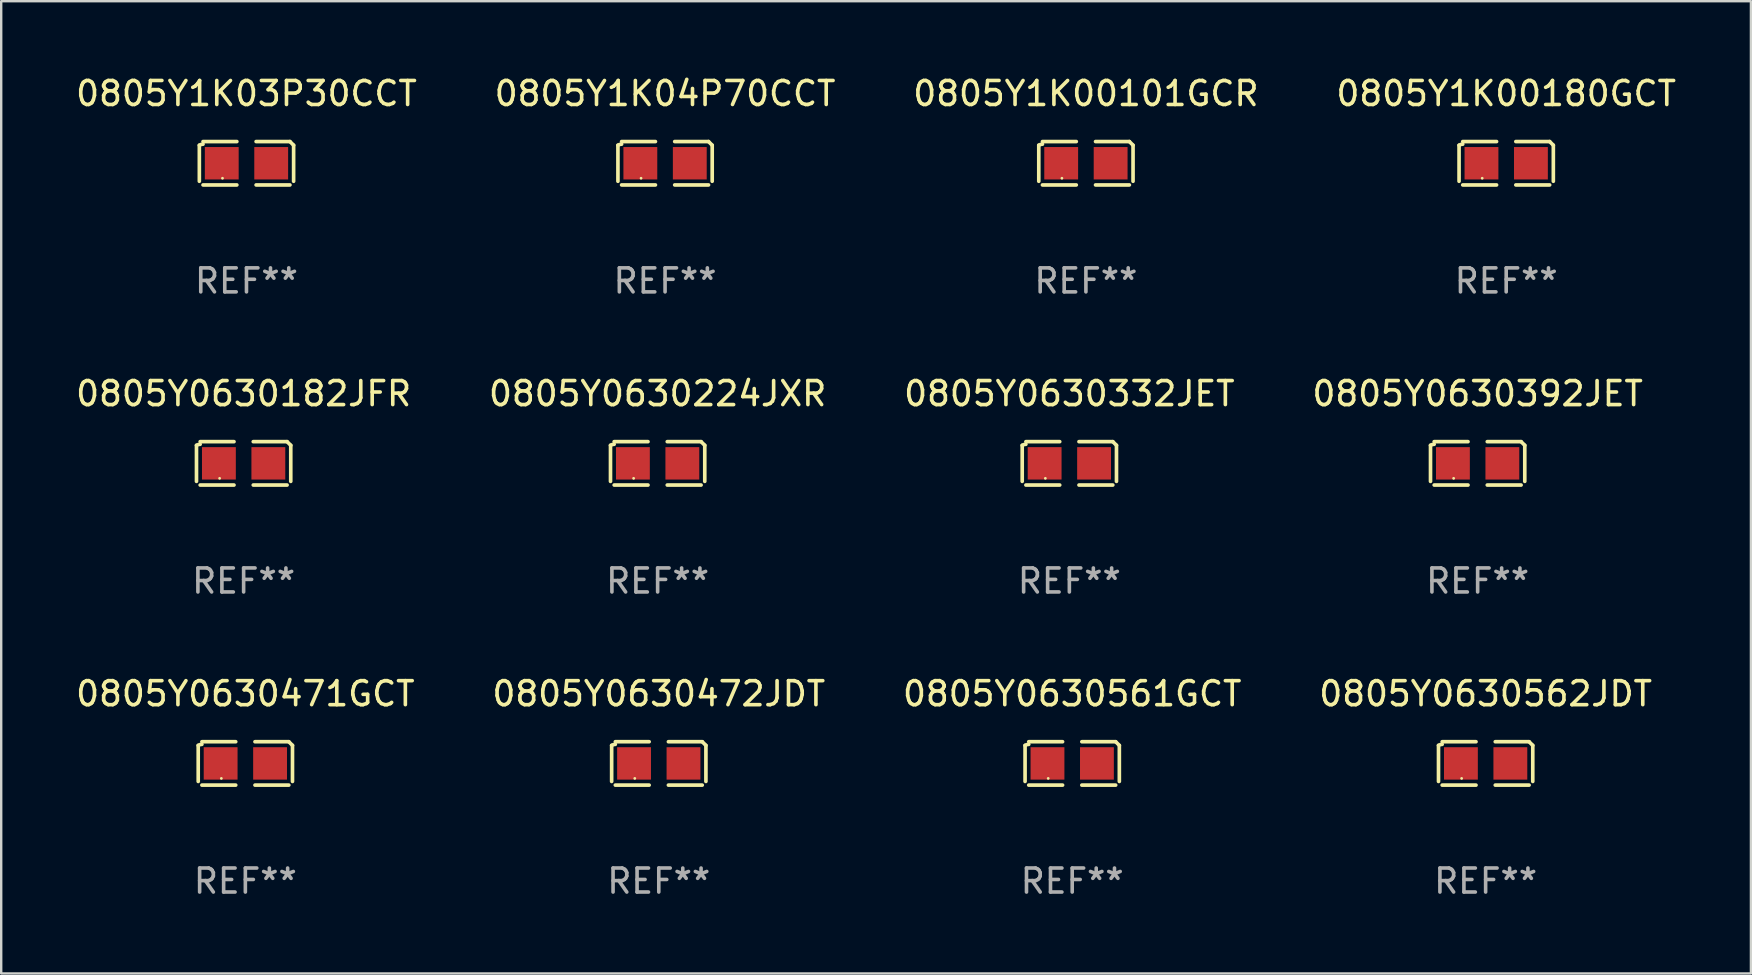
<source format=kicad_pcb>
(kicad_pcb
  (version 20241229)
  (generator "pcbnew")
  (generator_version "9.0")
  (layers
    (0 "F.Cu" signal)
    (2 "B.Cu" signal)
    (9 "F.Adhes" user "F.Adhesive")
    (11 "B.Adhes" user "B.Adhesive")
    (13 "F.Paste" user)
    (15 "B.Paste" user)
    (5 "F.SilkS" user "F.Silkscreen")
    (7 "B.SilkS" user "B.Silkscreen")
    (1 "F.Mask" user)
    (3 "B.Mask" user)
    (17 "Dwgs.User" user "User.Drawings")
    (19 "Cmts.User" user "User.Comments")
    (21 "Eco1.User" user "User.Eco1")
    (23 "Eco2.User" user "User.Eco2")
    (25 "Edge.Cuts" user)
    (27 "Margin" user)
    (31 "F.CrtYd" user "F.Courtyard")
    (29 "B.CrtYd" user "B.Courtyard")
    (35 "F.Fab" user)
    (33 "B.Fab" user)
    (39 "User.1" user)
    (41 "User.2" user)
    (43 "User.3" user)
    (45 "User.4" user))
  (footprint "0805Y1K00180GCT"
    (layer "F.Cu")
    (at 59.708 3.752)
    (property "Reference" "0805Y1K00180GCT" (at 0 -2.904 0) (layer "F.SilkS") (effects (font (size 1 1) (thickness 0.15))))
    (attr through_hole)
    (fp_line (start -1.964 0.751) (end -1.964 -0.751) (stroke (width 0.152) (type solid)) (layer "F.SilkS"))
    (fp_line (start -1.811 -0.904) (end -0.401 -0.904) (stroke (width 0.152) (type solid)) (layer "F.SilkS"))
    (fp_line (start -0.401 0.904) (end -1.811 0.904) (stroke (width 0.152) (type solid)) (layer "F.SilkS"))
    (fp_line (start 0.401 0.904) (end 1.811 0.904) (stroke (width 0.152) (type solid)) (layer "F.SilkS"))
    (fp_line (start 1.811 -0.904) (end 0.401 -0.904) (stroke (width 0.152) (type solid)) (layer "F.SilkS"))
    (fp_line (start 1.964 0.751) (end 1.964 -0.751) (stroke (width 0.152) (type solid)) (layer "F.SilkS"))
    (fp_arc (start -1.963602 -0.751207) (mid -1.890354 -0.783131) (end -1.811201 -0.794044) (stroke (width 0.1524) (type solid)) (layer "F.SilkS"))
    (fp_arc (start 1.811202 -0.903607) (mid 1.887413 -0.827418) (end 1.963602 -0.751207) (stroke (width 0.1524) (type solid)) (layer "F.SilkS"))
    (fp_circle (center -1 0.625) (end -0.97 0.625) (stroke (width 0.06) (type solid)) (fill no) (layer "F.SilkS"))
    (fp_text user "REF**" (at 0 4.904 0) (layer "F.Fab") (effects (font (size 1 1) (thickness 0.15))))
    (pad "1" smd rect (at -1.03 0) (size 1.41 1.35) (layers "F.Cu" "F.Mask" "F.Paste"))
    (pad "2" smd rect (at 1.03 0) (size 1.41 1.35) (layers "F.Cu" "F.Mask" "F.Paste")))
  (footprint "0805Y0630224JXR"
    (layer "F.Cu")
    (at 24.351 16.256)
    (property "Reference" "0805Y0630224JXR" (at 0 -2.904 0) (layer "F.SilkS") (effects (font (size 1 1) (thickness 0.15))))
    (attr through_hole)
    (fp_line (start -1.964 0.751) (end -1.964 -0.751) (stroke (width 0.152) (type solid)) (layer "F.SilkS"))
    (fp_line (start -1.811 -0.904) (end -0.401 -0.904) (stroke (width 0.152) (type solid)) (layer "F.SilkS"))
    (fp_line (start -0.401 0.904) (end -1.811 0.904) (stroke (width 0.152) (type solid)) (layer "F.SilkS"))
    (fp_line (start 0.401 0.904) (end 1.811 0.904) (stroke (width 0.152) (type solid)) (layer "F.SilkS"))
    (fp_line (start 1.811 -0.904) (end 0.401 -0.904) (stroke (width 0.152) (type solid)) (layer "F.SilkS"))
    (fp_line (start 1.964 0.751) (end 1.964 -0.751) (stroke (width 0.152) (type solid)) (layer "F.SilkS"))
    (fp_arc (start -1.963602 -0.751207) (mid -1.890354 -0.783131) (end -1.811201 -0.794044) (stroke (width 0.1524) (type solid)) (layer "F.SilkS"))
    (fp_arc (start 1.811202 -0.903607) (mid 1.887413 -0.827418) (end 1.963602 -0.751207) (stroke (width 0.1524) (type solid)) (layer "F.SilkS"))
    (fp_circle (center -1 0.625) (end -0.97 0.625) (stroke (width 0.06) (type solid)) (fill no) (layer "F.SilkS"))
    (fp_text user "REF**" (at 0 4.904 0) (layer "F.Fab") (effects (font (size 1 1) (thickness 0.15))))
    (pad "1" smd rect (at -1.03 0) (size 1.41 1.35) (layers "F.Cu" "F.Mask" "F.Paste"))
    (pad "2" smd rect (at 1.03 0) (size 1.41 1.35) (layers "F.Cu" "F.Mask" "F.Paste")))
  (footprint "0805Y1K04P70CCT"
    (layer "F.Cu")
    (at 24.661 3.752)
    (property "Reference" "0805Y1K04P70CCT" (at 0 -2.904 0) (layer "F.SilkS") (effects (font (size 1 1) (thickness 0.15))))
    (attr through_hole)
    (fp_line (start -1.964 0.751) (end -1.964 -0.751) (stroke (width 0.152) (type solid)) (layer "F.SilkS"))
    (fp_line (start -1.811 -0.904) (end -0.401 -0.904) (stroke (width 0.152) (type solid)) (layer "F.SilkS"))
    (fp_line (start -0.401 0.904) (end -1.811 0.904) (stroke (width 0.152) (type solid)) (layer "F.SilkS"))
    (fp_line (start 0.401 0.904) (end 1.811 0.904) (stroke (width 0.152) (type solid)) (layer "F.SilkS"))
    (fp_line (start 1.811 -0.904) (end 0.401 -0.904) (stroke (width 0.152) (type solid)) (layer "F.SilkS"))
    (fp_line (start 1.964 0.751) (end 1.964 -0.751) (stroke (width 0.152) (type solid)) (layer "F.SilkS"))
    (fp_arc (start -1.963602 -0.751207) (mid -1.890354 -0.783131) (end -1.811201 -0.794044) (stroke (width 0.1524) (type solid)) (layer "F.SilkS"))
    (fp_arc (start 1.811202 -0.903607) (mid 1.887413 -0.827418) (end 1.963602 -0.751207) (stroke (width 0.1524) (type solid)) (layer "F.SilkS"))
    (fp_circle (center -1 0.625) (end -0.97 0.625) (stroke (width 0.06) (type solid)) (fill no) (layer "F.SilkS"))
    (fp_text user "REF**" (at 0 4.904 0) (layer "F.Fab") (effects (font (size 1 1) (thickness 0.15))))
    (pad "1" smd rect (at -1.03 0) (size 1.41 1.35) (layers "F.Cu" "F.Mask" "F.Paste"))
    (pad "2" smd rect (at 1.03 0) (size 1.41 1.35) (layers "F.Cu" "F.Mask" "F.Paste")))
  (footprint "0805Y1K03P30CCT"
    (layer "F.Cu")
    (at 7.22 3.752)
    (property "Reference" "0805Y1K03P30CCT" (at 0 -2.904 0) (layer "F.SilkS") (effects (font (size 1 1) (thickness 0.15))))
    (attr through_hole)
    (fp_line (start -1.964 0.751) (end -1.964 -0.751) (stroke (width 0.152) (type solid)) (layer "F.SilkS"))
    (fp_line (start -1.811 -0.904) (end -0.401 -0.904) (stroke (width 0.152) (type solid)) (layer "F.SilkS"))
    (fp_line (start -0.401 0.904) (end -1.811 0.904) (stroke (width 0.152) (type solid)) (layer "F.SilkS"))
    (fp_line (start 0.401 0.904) (end 1.811 0.904) (stroke (width 0.152) (type solid)) (layer "F.SilkS"))
    (fp_line (start 1.811 -0.904) (end 0.401 -0.904) (stroke (width 0.152) (type solid)) (layer "F.SilkS"))
    (fp_line (start 1.964 0.751) (end 1.964 -0.751) (stroke (width 0.152) (type solid)) (layer "F.SilkS"))
    (fp_arc (start -1.963602 -0.751207) (mid -1.890354 -0.783131) (end -1.811201 -0.794044) (stroke (width 0.1524) (type solid)) (layer "F.SilkS"))
    (fp_arc (start 1.811202 -0.903607) (mid 1.887413 -0.827418) (end 1.963602 -0.751207) (stroke (width 0.1524) (type solid)) (layer "F.SilkS"))
    (fp_circle (center -1 0.625) (end -0.97 0.625) (stroke (width 0.06) (type solid)) (fill no) (layer "F.SilkS"))
    (fp_text user "REF**" (at 0 4.904 0) (layer "F.Fab") (effects (font (size 1 1) (thickness 0.15))))
    (pad "1" smd rect (at -1.03 0) (size 1.41 1.35) (layers "F.Cu" "F.Mask" "F.Paste"))
    (pad "2" smd rect (at 1.03 0) (size 1.41 1.35) (layers "F.Cu" "F.Mask" "F.Paste")))
  (footprint "0805Y0630392JET"
    (layer "F.Cu")
    (at 58.518 16.256)
    (property "Reference" "0805Y0630392JET" (at 0 -2.904 0) (layer "F.SilkS") (effects (font (size 1 1) (thickness 0.15))))
    (attr through_hole)
    (fp_line (start -1.964 0.751) (end -1.964 -0.751) (stroke (width 0.152) (type solid)) (layer "F.SilkS"))
    (fp_line (start -1.811 -0.904) (end -0.401 -0.904) (stroke (width 0.152) (type solid)) (layer "F.SilkS"))
    (fp_line (start -0.401 0.904) (end -1.811 0.904) (stroke (width 0.152) (type solid)) (layer "F.SilkS"))
    (fp_line (start 0.401 0.904) (end 1.811 0.904) (stroke (width 0.152) (type solid)) (layer "F.SilkS"))
    (fp_line (start 1.811 -0.904) (end 0.401 -0.904) (stroke (width 0.152) (type solid)) (layer "F.SilkS"))
    (fp_line (start 1.964 0.751) (end 1.964 -0.751) (stroke (width 0.152) (type solid)) (layer "F.SilkS"))
    (fp_arc (start -1.963602 -0.751207) (mid -1.890354 -0.783131) (end -1.811201 -0.794044) (stroke (width 0.1524) (type solid)) (layer "F.SilkS"))
    (fp_arc (start 1.811202 -0.903607) (mid 1.887413 -0.827418) (end 1.963602 -0.751207) (stroke (width 0.1524) (type solid)) (layer "F.SilkS"))
    (fp_circle (center -1 0.625) (end -0.97 0.625) (stroke (width 0.06) (type solid)) (fill no) (layer "F.SilkS"))
    (fp_text user "REF**" (at 0 4.904 0) (layer "F.Fab") (effects (font (size 1 1) (thickness 0.15))))
    (pad "1" smd rect (at -1.03 0) (size 1.41 1.35) (layers "F.Cu" "F.Mask" "F.Paste"))
    (pad "2" smd rect (at 1.03 0) (size 1.41 1.35) (layers "F.Cu" "F.Mask" "F.Paste")))
  (footprint "0805Y0630562JDT"
    (layer "F.Cu")
    (at 58.851 28.759)
    (property "Reference" "0805Y0630562JDT" (at 0 -2.904 0) (layer "F.SilkS") (effects (font (size 1 1) (thickness 0.15))))
    (attr through_hole)
    (fp_line (start -1.964 0.751) (end -1.964 -0.751) (stroke (width 0.152) (type solid)) (layer "F.SilkS"))
    (fp_line (start -1.811 -0.904) (end -0.401 -0.904) (stroke (width 0.152) (type solid)) (layer "F.SilkS"))
    (fp_line (start -0.401 0.904) (end -1.811 0.904) (stroke (width 0.152) (type solid)) (layer "F.SilkS"))
    (fp_line (start 0.401 0.904) (end 1.811 0.904) (stroke (width 0.152) (type solid)) (layer "F.SilkS"))
    (fp_line (start 1.811 -0.904) (end 0.401 -0.904) (stroke (width 0.152) (type solid)) (layer "F.SilkS"))
    (fp_line (start 1.964 0.751) (end 1.964 -0.751) (stroke (width 0.152) (type solid)) (layer "F.SilkS"))
    (fp_arc (start -1.963602 -0.751207) (mid -1.890354 -0.783131) (end -1.811201 -0.794044) (stroke (width 0.1524) (type solid)) (layer "F.SilkS"))
    (fp_arc (start 1.811202 -0.903607) (mid 1.887413 -0.827418) (end 1.963602 -0.751207) (stroke (width 0.1524) (type solid)) (layer "F.SilkS"))
    (fp_circle (center -1 0.625) (end -0.97 0.625) (stroke (width 0.06) (type solid)) (fill no) (layer "F.SilkS"))
    (fp_text user "REF**" (at 0 4.904 0) (layer "F.Fab") (effects (font (size 1 1) (thickness 0.15))))
    (pad "1" smd rect (at -1.03 0) (size 1.41 1.35) (layers "F.Cu" "F.Mask" "F.Paste"))
    (pad "2" smd rect (at 1.03 0) (size 1.41 1.35) (layers "F.Cu" "F.Mask" "F.Paste")))
  (footprint "0805Y0630182JFR"
    (layer "F.Cu")
    (at 7.101 16.256)
    (property "Reference" "0805Y0630182JFR" (at 0 -2.904 0) (layer "F.SilkS") (effects (font (size 1 1) (thickness 0.15))))
    (attr through_hole)
    (fp_line (start -1.964 0.751) (end -1.964 -0.751) (stroke (width 0.152) (type solid)) (layer "F.SilkS"))
    (fp_line (start -1.811 -0.904) (end -0.401 -0.904) (stroke (width 0.152) (type solid)) (layer "F.SilkS"))
    (fp_line (start -0.401 0.904) (end -1.811 0.904) (stroke (width 0.152) (type solid)) (layer "F.SilkS"))
    (fp_line (start 0.401 0.904) (end 1.811 0.904) (stroke (width 0.152) (type solid)) (layer "F.SilkS"))
    (fp_line (start 1.811 -0.904) (end 0.401 -0.904) (stroke (width 0.152) (type solid)) (layer "F.SilkS"))
    (fp_line (start 1.964 0.751) (end 1.964 -0.751) (stroke (width 0.152) (type solid)) (layer "F.SilkS"))
    (fp_arc (start -1.963602 -0.751207) (mid -1.890354 -0.783131) (end -1.811201 -0.794044) (stroke (width 0.1524) (type solid)) (layer "F.SilkS"))
    (fp_arc (start 1.811202 -0.903607) (mid 1.887413 -0.827418) (end 1.963602 -0.751207) (stroke (width 0.1524) (type solid)) (layer "F.SilkS"))
    (fp_circle (center -1 0.625) (end -0.97 0.625) (stroke (width 0.06) (type solid)) (fill no) (layer "F.SilkS"))
    (fp_text user "REF**" (at 0 4.904 0) (layer "F.Fab") (effects (font (size 1 1) (thickness 0.15))))
    (pad "1" smd rect (at -1.03 0) (size 1.41 1.35) (layers "F.Cu" "F.Mask" "F.Paste"))
    (pad "2" smd rect (at 1.03 0) (size 1.41 1.35) (layers "F.Cu" "F.Mask" "F.Paste")))
  (footprint "0805Y0630332JET"
    (layer "F.Cu")
    (at 41.506 16.256)
    (property "Reference" "0805Y0630332JET" (at 0 -2.904 0) (layer "F.SilkS") (effects (font (size 1 1) (thickness 0.15))))
    (attr through_hole)
    (fp_line (start -1.964 0.751) (end -1.964 -0.751) (stroke (width 0.152) (type solid)) (layer "F.SilkS"))
    (fp_line (start -1.811 -0.904) (end -0.401 -0.904) (stroke (width 0.152) (type solid)) (layer "F.SilkS"))
    (fp_line (start -0.401 0.904) (end -1.811 0.904) (stroke (width 0.152) (type solid)) (layer "F.SilkS"))
    (fp_line (start 0.401 0.904) (end 1.811 0.904) (stroke (width 0.152) (type solid)) (layer "F.SilkS"))
    (fp_line (start 1.811 -0.904) (end 0.401 -0.904) (stroke (width 0.152) (type solid)) (layer "F.SilkS"))
    (fp_line (start 1.964 0.751) (end 1.964 -0.751) (stroke (width 0.152) (type solid)) (layer "F.SilkS"))
    (fp_arc (start -1.963602 -0.751207) (mid -1.890354 -0.783131) (end -1.811201 -0.794044) (stroke (width 0.1524) (type solid)) (layer "F.SilkS"))
    (fp_arc (start 1.811202 -0.903607) (mid 1.887413 -0.827418) (end 1.963602 -0.751207) (stroke (width 0.1524) (type solid)) (layer "F.SilkS"))
    (fp_circle (center -1 0.625) (end -0.97 0.625) (stroke (width 0.06) (type solid)) (fill no) (layer "F.SilkS"))
    (fp_text user "REF**" (at 0 4.904 0) (layer "F.Fab") (effects (font (size 1 1) (thickness 0.15))))
    (pad "1" smd rect (at -1.03 0) (size 1.41 1.35) (layers "F.Cu" "F.Mask" "F.Paste"))
    (pad "2" smd rect (at 1.03 0) (size 1.41 1.35) (layers "F.Cu" "F.Mask" "F.Paste")))
  (footprint "0805Y0630471GCT"
    (layer "F.Cu")
    (at 7.173 28.759)
    (property "Reference" "0805Y0630471GCT" (at 0 -2.904 0) (layer "F.SilkS") (effects (font (size 1 1) (thickness 0.15))))
    (attr through_hole)
    (fp_line (start -1.964 0.751) (end -1.964 -0.751) (stroke (width 0.152) (type solid)) (layer "F.SilkS"))
    (fp_line (start -1.811 -0.904) (end -0.401 -0.904) (stroke (width 0.152) (type solid)) (layer "F.SilkS"))
    (fp_line (start -0.401 0.904) (end -1.811 0.904) (stroke (width 0.152) (type solid)) (layer "F.SilkS"))
    (fp_line (start 0.401 0.904) (end 1.811 0.904) (stroke (width 0.152) (type solid)) (layer "F.SilkS"))
    (fp_line (start 1.811 -0.904) (end 0.401 -0.904) (stroke (width 0.152) (type solid)) (layer "F.SilkS"))
    (fp_line (start 1.964 0.751) (end 1.964 -0.751) (stroke (width 0.152) (type solid)) (layer "F.SilkS"))
    (fp_arc (start -1.963602 -0.751207) (mid -1.890354 -0.783131) (end -1.811201 -0.794044) (stroke (width 0.1524) (type solid)) (layer "F.SilkS"))
    (fp_arc (start 1.811202 -0.903607) (mid 1.887413 -0.827418) (end 1.963602 -0.751207) (stroke (width 0.1524) (type solid)) (layer "F.SilkS"))
    (fp_circle (center -1 0.625) (end -0.97 0.625) (stroke (width 0.06) (type solid)) (fill no) (layer "F.SilkS"))
    (fp_text user "REF**" (at 0 4.904 0) (layer "F.Fab") (effects (font (size 1 1) (thickness 0.15))))
    (pad "1" smd rect (at -1.03 0) (size 1.41 1.35) (layers "F.Cu" "F.Mask" "F.Paste"))
    (pad "2" smd rect (at 1.03 0) (size 1.41 1.35) (layers "F.Cu" "F.Mask" "F.Paste")))
  (footprint "0805Y1K00101GCR"
    (layer "F.Cu")
    (at 42.196 3.752)
    (property "Reference" "0805Y1K00101GCR" (at 0 -2.904 0) (layer "F.SilkS") (effects (font (size 1 1) (thickness 0.15))))
    (attr through_hole)
    (fp_line (start -1.964 0.751) (end -1.964 -0.751) (stroke (width 0.152) (type solid)) (layer "F.SilkS"))
    (fp_line (start -1.811 -0.904) (end -0.401 -0.904) (stroke (width 0.152) (type solid)) (layer "F.SilkS"))
    (fp_line (start -0.401 0.904) (end -1.811 0.904) (stroke (width 0.152) (type solid)) (layer "F.SilkS"))
    (fp_line (start 0.401 0.904) (end 1.811 0.904) (stroke (width 0.152) (type solid)) (layer "F.SilkS"))
    (fp_line (start 1.811 -0.904) (end 0.401 -0.904) (stroke (width 0.152) (type solid)) (layer "F.SilkS"))
    (fp_line (start 1.964 0.751) (end 1.964 -0.751) (stroke (width 0.152) (type solid)) (layer "F.SilkS"))
    (fp_arc (start -1.963602 -0.751207) (mid -1.890354 -0.783131) (end -1.811201 -0.794044) (stroke (width 0.1524) (type solid)) (layer "F.SilkS"))
    (fp_arc (start 1.811202 -0.903607) (mid 1.887413 -0.827418) (end 1.963602 -0.751207) (stroke (width 0.1524) (type solid)) (layer "F.SilkS"))
    (fp_circle (center -1 0.625) (end -0.97 0.625) (stroke (width 0.06) (type solid)) (fill no) (layer "F.SilkS"))
    (fp_text user "REF**" (at 0 4.904 0) (layer "F.Fab") (effects (font (size 1 1) (thickness 0.15))))
    (pad "1" smd rect (at -1.03 0) (size 1.41 1.35) (layers "F.Cu" "F.Mask" "F.Paste"))
    (pad "2" smd rect (at 1.03 0) (size 1.41 1.35) (layers "F.Cu" "F.Mask" "F.Paste")))
  (footprint "0805Y0630472JDT"
    (layer "F.Cu")
    (at 24.399 28.759)
    (property "Reference" "0805Y0630472JDT" (at 0 -2.904 0) (layer "F.SilkS") (effects (font (size 1 1) (thickness 0.15))))
    (attr through_hole)
    (fp_line (start -1.964 0.751) (end -1.964 -0.751) (stroke (width 0.152) (type solid)) (layer "F.SilkS"))
    (fp_line (start -1.811 -0.904) (end -0.401 -0.904) (stroke (width 0.152) (type solid)) (layer "F.SilkS"))
    (fp_line (start -0.401 0.904) (end -1.811 0.904) (stroke (width 0.152) (type solid)) (layer "F.SilkS"))
    (fp_line (start 0.401 0.904) (end 1.811 0.904) (stroke (width 0.152) (type solid)) (layer "F.SilkS"))
    (fp_line (start 1.811 -0.904) (end 0.401 -0.904) (stroke (width 0.152) (type solid)) (layer "F.SilkS"))
    (fp_line (start 1.964 0.751) (end 1.964 -0.751) (stroke (width 0.152) (type solid)) (layer "F.SilkS"))
    (fp_arc (start -1.963602 -0.751207) (mid -1.890354 -0.783131) (end -1.811201 -0.794044) (stroke (width 0.1524) (type solid)) (layer "F.SilkS"))
    (fp_arc (start 1.811202 -0.903607) (mid 1.887413 -0.827418) (end 1.963602 -0.751207) (stroke (width 0.1524) (type solid)) (layer "F.SilkS"))
    (fp_circle (center -1 0.625) (end -0.97 0.625) (stroke (width 0.06) (type solid)) (fill no) (layer "F.SilkS"))
    (fp_text user "REF**" (at 0 4.904 0) (layer "F.Fab") (effects (font (size 1 1) (thickness 0.15))))
    (pad "1" smd rect (at -1.03 0) (size 1.41 1.35) (layers "F.Cu" "F.Mask" "F.Paste"))
    (pad "2" smd rect (at 1.03 0) (size 1.41 1.35) (layers "F.Cu" "F.Mask" "F.Paste")))
  (footprint "0805Y0630561GCT"
    (layer "F.Cu")
    (at 41.625 28.759)
    (property "Reference" "0805Y0630561GCT" (at 0 -2.904 0) (layer "F.SilkS") (effects (font (size 1 1) (thickness 0.15))))
    (attr through_hole)
    (fp_line (start -1.964 0.751) (end -1.964 -0.751) (stroke (width 0.152) (type solid)) (layer "F.SilkS"))
    (fp_line (start -1.811 -0.904) (end -0.401 -0.904) (stroke (width 0.152) (type solid)) (layer "F.SilkS"))
    (fp_line (start -0.401 0.904) (end -1.811 0.904) (stroke (width 0.152) (type solid)) (layer "F.SilkS"))
    (fp_line (start 0.401 0.904) (end 1.811 0.904) (stroke (width 0.152) (type solid)) (layer "F.SilkS"))
    (fp_line (start 1.811 -0.904) (end 0.401 -0.904) (stroke (width 0.152) (type solid)) (layer "F.SilkS"))
    (fp_line (start 1.964 0.751) (end 1.964 -0.751) (stroke (width 0.152) (type solid)) (layer "F.SilkS"))
    (fp_arc (start -1.963602 -0.751207) (mid -1.890354 -0.783131) (end -1.811201 -0.794044) (stroke (width 0.1524) (type solid)) (layer "F.SilkS"))
    (fp_arc (start 1.811202 -0.903607) (mid 1.887413 -0.827418) (end 1.963602 -0.751207) (stroke (width 0.1524) (type solid)) (layer "F.SilkS"))
    (fp_circle (center -1 0.625) (end -0.97 0.625) (stroke (width 0.06) (type solid)) (fill no) (layer "F.SilkS"))
    (fp_text user "REF**" (at 0 4.904 0) (layer "F.Fab") (effects (font (size 1 1) (thickness 0.15))))
    (pad "1" smd rect (at -1.03 0) (size 1.41 1.35) (layers "F.Cu" "F.Mask" "F.Paste"))
    (pad "2" smd rect (at 1.03 0) (size 1.41 1.35) (layers "F.Cu" "F.Mask" "F.Paste")))
  (gr_rect
    (start -3 -3)
    (end 69.905 37.511)
    (stroke (width 0.1) (type default))
    (fill no)
    (layer "Edge.Cuts")))
</source>
